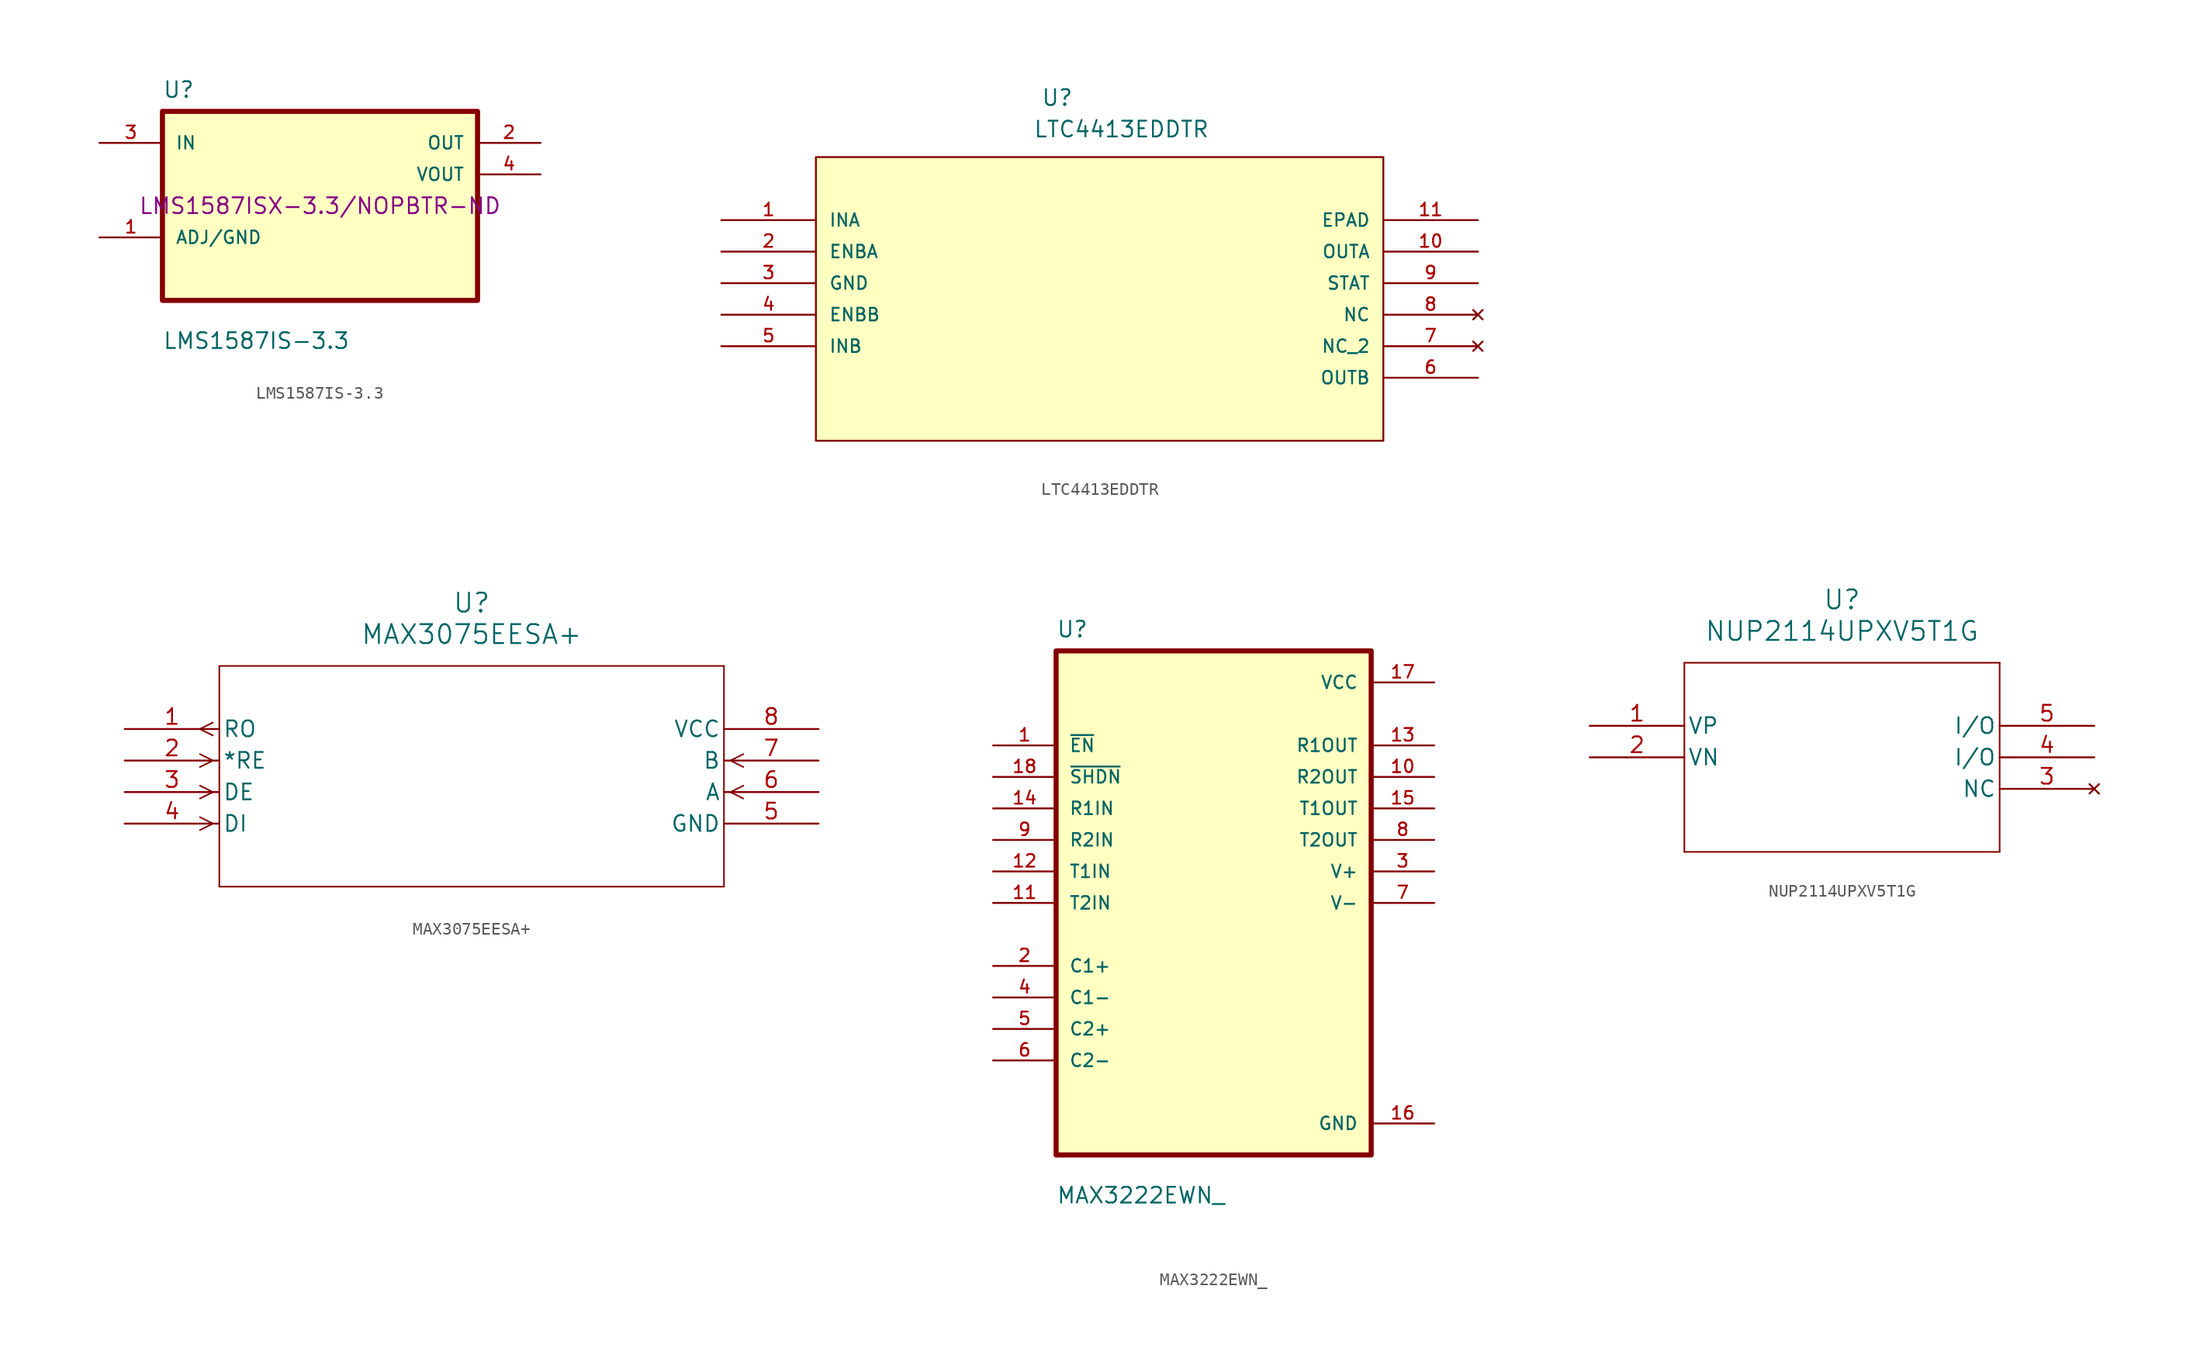
<source format=kicad_sym>
(kicad_symbol_lib
  (version 20231120)
  (generator "kicad_symbol_editor")
  (generator_version "8.0")
  (symbol "LMS1587IS-3.3"
    (pin_names
      (offset 1.016))
    (property "Reference" "U"
      (at -12.7 8.62 0)
      (effects (font (size 1.27 1.27)) (justify left bottom)))
    (property "Value" "LMS1587IS-3.3"
      (at -12.7 -11.62 0)
      (effects (font (size 1.27 1.27)) (justify left bottom)))
    (property "DigiKey" "LMS1587ISX-3.3/NOPBTR-ND"
      (at 0 0 0)
      (effects (font (size 1.27 1.27))))
    (symbol "LMS1587IS-3.3_0_0"
      (rectangle (start -12.7 -7.62) (end 12.7 7.62) (stroke (width 0.41) (type default)) (fill (type background)))
      (pin bidirectional line (at -17.78 -2.54 0) (length 5.08) (name "ADJ/GND" (effects (font (size 1.016 1.016)))) (number "1" (effects (font (size 1.016 1.016)))))
      (pin output line (at 17.78 5.08 180) (length 5.08) (name "OUT" (effects (font (size 1.016 1.016)))) (number "2" (effects (font (size 1.016 1.016)))))
      (pin input line (at -17.78 5.08 0) (length 5.08) (name "IN" (effects (font (size 1.016 1.016)))) (number "3" (effects (font (size 1.016 1.016)))))
      (pin output line (at 17.78 2.54 180) (length 5.08) (name "VOUT" (effects (font (size 1.016 1.016)))) (number "4" (effects (font (size 1.016 1.016)))))))
  (symbol "LTC4413EDDTR"
    (pin_names
      (offset 1.016))
    (property "Reference" "U"
      (at 18.136 26.899 0)
      (effects (font (size 1.27 1.27)) (justify left bottom)))
    (property "Value" "LTC4413EDDTR"
      (at 17.501 24.359 0)
      (effects (font (size 1.27 1.27)) (justify left bottom)))
    (symbol "LTC4413EDDTR_0_0"
      (rectangle (start 0 22.86) (end 45.72 0) (stroke (width 0.152) (type default)) (fill (type background)))
      (pin input line (at -7.62 17.78 0) (length 7.62) (name "INA" (effects (font (size 1.016 1.016)))) (number "1" (effects (font (size 1.016 1.016)))))
      (pin output line (at 53.34 15.24 180) (length 7.62) (name "OUTA" (effects (font (size 1.016 1.016)))) (number "10" (effects (font (size 1.016 1.016)))))
      (pin passive line (at 53.34 17.78 180) (length 7.62) (name "EPAD" (effects (font (size 1.016 1.016)))) (number "11" (effects (font (size 1.016 1.016)))))
      (pin passive line (at -7.62 15.24 0) (length 7.62) (name "ENBA" (effects (font (size 1.016 1.016)))) (number "2" (effects (font (size 1.016 1.016)))))
      (pin power_in line (at -7.62 12.7 0) (length 7.62) (name "GND" (effects (font (size 1.016 1.016)))) (number "3" (effects (font (size 1.016 1.016)))))
      (pin passive line (at -7.62 10.16 0) (length 7.62) (name "ENBB" (effects (font (size 1.016 1.016)))) (number "4" (effects (font (size 1.016 1.016)))))
      (pin input line (at -7.62 7.62 0) (length 7.62) (name "INB" (effects (font (size 1.016 1.016)))) (number "5" (effects (font (size 1.016 1.016)))))
      (pin output line (at 53.34 5.08 180) (length 7.62) (name "OUTB" (effects (font (size 1.016 1.016)))) (number "6" (effects (font (size 1.016 1.016)))))
      (pin no_connect line (at 53.34 7.62 180) (length 7.62) (name "NC_2" (effects (font (size 1.016 1.016)))) (number "7" (effects (font (size 1.016 1.016)))))
      (pin no_connect line (at 53.34 10.16 180) (length 7.62) (name "NC" (effects (font (size 1.016 1.016)))) (number "8" (effects (font (size 1.016 1.016)))))
      (pin output line (at 53.34 12.7 180) (length 7.62) (name "STAT" (effects (font (size 1.016 1.016)))) (number "9" (effects (font (size 1.016 1.016)))))))
  (symbol "MAX3075EESA+"
    (pin_names
      (offset 0.254))
    (property "Reference" "U"
      (at 27.94 10.16 0)
      (effects (font (size 1.524 1.524))))
    (property "Value" "MAX3075EESA+"
      (at 27.94 7.62 0)
      (effects (font (size 1.524 1.524))))
    (symbol "MAX3075EESA+_0_1"
      (polyline (pts (xy 7.099 -7.62) (xy 6.058 -8.141)) (stroke (width 0.127) (type default)) (fill (type none)))
      (polyline (pts (xy 7.099 -7.62) (xy 6.058 -7.099)) (stroke (width 0.127) (type default)) (fill (type none)))
      (polyline (pts (xy 7.099 -5.08) (xy 6.058 -5.601)) (stroke (width 0.127) (type default)) (fill (type none)))
      (polyline (pts (xy 7.099 -5.08) (xy 6.058 -4.559)) (stroke (width 0.127) (type default)) (fill (type none)))
      (polyline (pts (xy 7.099 -2.54) (xy 6.058 -3.061)) (stroke (width 0.127) (type default)) (fill (type none)))
      (polyline (pts (xy 7.099 -2.54) (xy 6.058 -2.019)) (stroke (width 0.127) (type default)) (fill (type none)))
      (polyline (pts (xy 7.099 -0.521) (xy 6.058 0)) (stroke (width 0.127) (type default)) (fill (type none)))
      (polyline (pts (xy 7.099 0.521) (xy 6.058 0)) (stroke (width 0.127) (type default)) (fill (type none)))
      (polyline (pts (xy 7.62 -12.7) (xy 48.26 -12.7)) (stroke (width 0.127) (type default)) (fill (type none)))
      (polyline (pts (xy 7.62 5.08) (xy 7.62 -12.7)) (stroke (width 0.127) (type default)) (fill (type none)))
      (polyline (pts (xy 48.26 -12.7) (xy 48.26 5.08)) (stroke (width 0.127) (type default)) (fill (type none)))
      (polyline (pts (xy 48.26 5.08) (xy 7.62 5.08)) (stroke (width 0.127) (type default)) (fill (type none)))
      (polyline (pts (xy 48.781 -5.08) (xy 49.822 -5.601)) (stroke (width 0.127) (type default)) (fill (type none)))
      (polyline (pts (xy 48.781 -5.08) (xy 49.822 -4.559)) (stroke (width 0.127) (type default)) (fill (type none)))
      (polyline (pts (xy 48.781 -2.54) (xy 49.822 -3.061)) (stroke (width 0.127) (type default)) (fill (type none)))
      (polyline (pts (xy 48.781 -2.54) (xy 49.822 -2.019)) (stroke (width 0.127) (type default)) (fill (type none)))
      (pin output line (at 0 0 0) (length 7.62) (name "RO" (effects (font (size 1.27 1.27)))) (number "1" (effects (font (size 1.27 1.27)))))
      (pin input line (at 0 -2.54 0) (length 7.62) (name "*RE" (effects (font (size 1.27 1.27)))) (number "2" (effects (font (size 1.27 1.27)))))
      (pin input line (at 0 -5.08 0) (length 7.62) (name "DE" (effects (font (size 1.27 1.27)))) (number "3" (effects (font (size 1.27 1.27)))))
      (pin input line (at 0 -7.62 0) (length 7.62) (name "DI" (effects (font (size 1.27 1.27)))) (number "4" (effects (font (size 1.27 1.27)))))
      (pin power_in line (at 55.88 -7.62 180) (length 7.62) (name "GND" (effects (font (size 1.27 1.27)))) (number "5" (effects (font (size 1.27 1.27)))))
      (pin input line (at 55.88 -5.08 180) (length 7.62) (name "A" (effects (font (size 1.27 1.27)))) (number "6" (effects (font (size 1.27 1.27)))))
      (pin input line (at 55.88 -2.54 180) (length 7.62) (name "B" (effects (font (size 1.27 1.27)))) (number "7" (effects (font (size 1.27 1.27)))))
      (pin power_in line (at 55.88 0 180) (length 7.62) (name "VCC" (effects (font (size 1.27 1.27)))) (number "8" (effects (font (size 1.27 1.27)))))))
  (symbol "MAX3222EWN_"
    (pin_names
      (offset 1.016))
    (property "Reference" "U"
      (at -12.7 21.32 0)
      (effects (font (size 1.27 1.27)) (justify left bottom)))
    (property "Value" "MAX3222EWN_"
      (at -12.7 -24.32 0)
      (effects (font (size 1.27 1.27)) (justify left bottom)))
    (symbol "MAX3222EWN__0_0"
      (rectangle (start -12.7 -20.32) (end 12.7 20.32) (stroke (width 0.41) (type default)) (fill (type background)))
      (pin input line (at -17.78 12.7 0) (length 5.08) (name "~{EN}" (effects (font (size 1.016 1.016)))) (number "1" (effects (font (size 1.016 1.016)))))
      (pin output line (at 17.78 10.16 180) (length 5.08) (name "R2OUT" (effects (font (size 1.016 1.016)))) (number "10" (effects (font (size 1.016 1.016)))))
      (pin input line (at -17.78 0 0) (length 5.08) (name "T2IN" (effects (font (size 1.016 1.016)))) (number "11" (effects (font (size 1.016 1.016)))))
      (pin input line (at -17.78 2.54 0) (length 5.08) (name "T1IN" (effects (font (size 1.016 1.016)))) (number "12" (effects (font (size 1.016 1.016)))))
      (pin output line (at 17.78 12.7 180) (length 5.08) (name "R1OUT" (effects (font (size 1.016 1.016)))) (number "13" (effects (font (size 1.016 1.016)))))
      (pin input line (at -17.78 7.62 0) (length 5.08) (name "R1IN" (effects (font (size 1.016 1.016)))) (number "14" (effects (font (size 1.016 1.016)))))
      (pin output line (at 17.78 7.62 180) (length 5.08) (name "T1OUT" (effects (font (size 1.016 1.016)))) (number "15" (effects (font (size 1.016 1.016)))))
      (pin power_in line (at 17.78 -17.78 180) (length 5.08) (name "GND" (effects (font (size 1.016 1.016)))) (number "16" (effects (font (size 1.016 1.016)))))
      (pin power_in line (at 17.78 17.78 180) (length 5.08) (name "VCC" (effects (font (size 1.016 1.016)))) (number "17" (effects (font (size 1.016 1.016)))))
      (pin input line (at -17.78 10.16 0) (length 5.08) (name "~{SHDN}" (effects (font (size 1.016 1.016)))) (number "18" (effects (font (size 1.016 1.016)))))
      (pin bidirectional line (at -17.78 -5.08 0) (length 5.08) (name "C1+" (effects (font (size 1.016 1.016)))) (number "2" (effects (font (size 1.016 1.016)))))
      (pin output line (at 17.78 2.54 180) (length 5.08) (name "V+" (effects (font (size 1.016 1.016)))) (number "3" (effects (font (size 1.016 1.016)))))
      (pin bidirectional line (at -17.78 -7.62 0) (length 5.08) (name "C1-" (effects (font (size 1.016 1.016)))) (number "4" (effects (font (size 1.016 1.016)))))
      (pin bidirectional line (at -17.78 -10.16 0) (length 5.08) (name "C2+" (effects (font (size 1.016 1.016)))) (number "5" (effects (font (size 1.016 1.016)))))
      (pin bidirectional line (at -17.78 -12.7 0) (length 5.08) (name "C2-" (effects (font (size 1.016 1.016)))) (number "6" (effects (font (size 1.016 1.016)))))
      (pin output line (at 17.78 0 180) (length 5.08) (name "V-" (effects (font (size 1.016 1.016)))) (number "7" (effects (font (size 1.016 1.016)))))
      (pin output line (at 17.78 5.08 180) (length 5.08) (name "T2OUT" (effects (font (size 1.016 1.016)))) (number "8" (effects (font (size 1.016 1.016)))))
      (pin input line (at -17.78 5.08 0) (length 5.08) (name "R2IN" (effects (font (size 1.016 1.016)))) (number "9" (effects (font (size 1.016 1.016)))))))
  (symbol "NUP2114UPXV5T1G"
    (pin_names
      (offset 0.254))
    (property "Reference" "U"
      (at 20.32 10.16 0)
      (effects (font (size 1.524 1.524))))
    (property "Value" "NUP2114UPXV5T1G"
      (at 20.32 7.62 0)
      (effects (font (size 1.524 1.524))))
    (symbol "NUP2114UPXV5T1G_0_1"
      (polyline (pts (xy 7.62 -10.16) (xy 33.02 -10.16)) (stroke (width 0.127) (type default)) (fill (type none)))
      (polyline (pts (xy 7.62 5.08) (xy 7.62 -10.16)) (stroke (width 0.127) (type default)) (fill (type none)))
      (polyline (pts (xy 33.02 -10.16) (xy 33.02 5.08)) (stroke (width 0.127) (type default)) (fill (type none)))
      (polyline (pts (xy 33.02 5.08) (xy 7.62 5.08)) (stroke (width 0.127) (type default)) (fill (type none)))
      (pin power_in line (at 0 0 0) (length 7.62) (name "VP" (effects (font (size 1.27 1.27)))) (number "1" (effects (font (size 1.27 1.27)))))
      (pin power_in line (at 0 -2.54 0) (length 7.62) (name "VN" (effects (font (size 1.27 1.27)))) (number "2" (effects (font (size 1.27 1.27)))))
      (pin no_connect line (at 40.64 -5.08 180) (length 7.62) (name "NC" (effects (font (size 1.27 1.27)))) (number "3" (effects (font (size 1.27 1.27)))))
      (pin bidirectional line (at 40.64 -2.54 180) (length 7.62) (name "I/O" (effects (font (size 1.27 1.27)))) (number "4" (effects (font (size 1.27 1.27)))))
      (pin bidirectional line (at 40.64 0 180) (length 7.62) (name "I/O" (effects (font (size 1.27 1.27)))) (number "5" (effects (font (size 1.27 1.27))))))))
</source>
